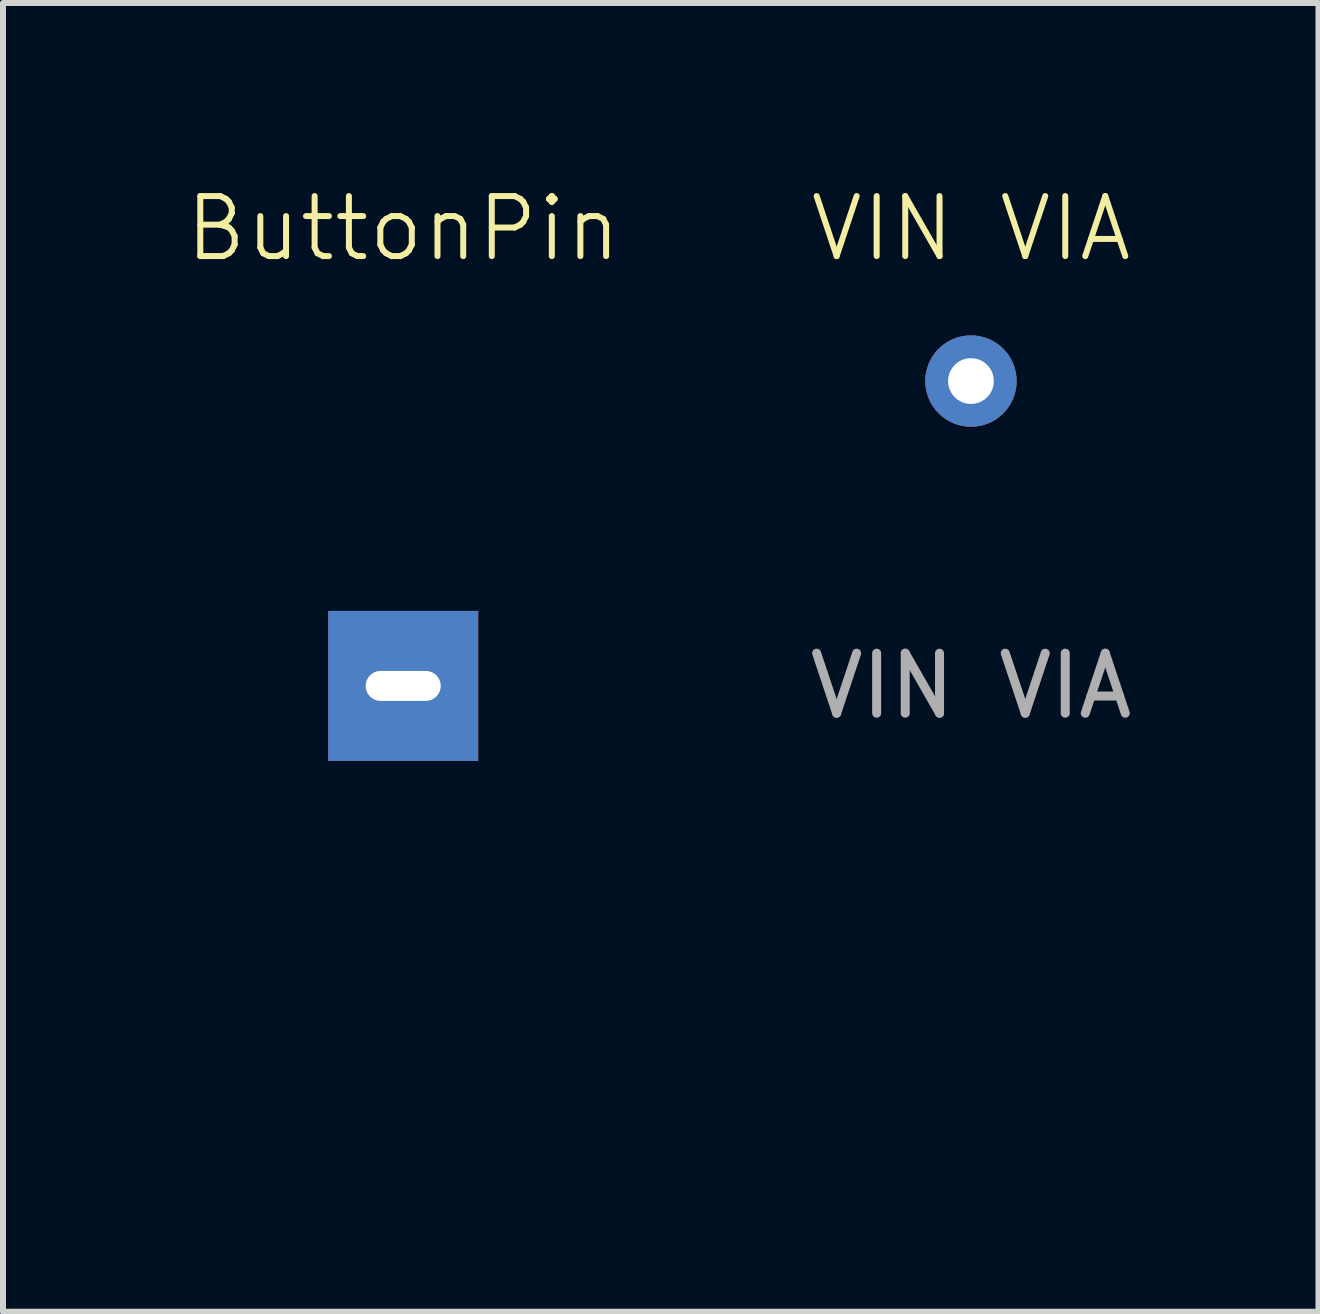
<source format=kicad_pcb>
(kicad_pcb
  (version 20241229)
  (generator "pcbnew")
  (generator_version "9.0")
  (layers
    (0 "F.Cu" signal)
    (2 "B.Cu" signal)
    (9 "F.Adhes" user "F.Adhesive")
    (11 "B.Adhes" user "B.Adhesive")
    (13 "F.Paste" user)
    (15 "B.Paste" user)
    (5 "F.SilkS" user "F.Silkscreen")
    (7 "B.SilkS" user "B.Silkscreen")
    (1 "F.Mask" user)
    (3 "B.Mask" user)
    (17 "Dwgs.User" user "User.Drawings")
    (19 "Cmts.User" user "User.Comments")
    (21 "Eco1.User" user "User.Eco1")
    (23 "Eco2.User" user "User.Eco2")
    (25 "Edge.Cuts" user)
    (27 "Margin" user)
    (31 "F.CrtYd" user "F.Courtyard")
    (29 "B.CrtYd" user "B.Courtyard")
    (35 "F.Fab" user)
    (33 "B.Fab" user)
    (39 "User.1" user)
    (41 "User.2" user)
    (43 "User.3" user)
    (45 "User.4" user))
  (footprint "VIN VIA"
    (layer "F.Cu")
    (at 13.13 3.3)
    (property "Reference" "VIN VIA" (at 0 -2.54 0) (unlocked yes) (layer "F.SilkS") (effects (font (size 1 1) (thickness 0.1))))
    (attr through_hole)
    (fp_text user "${REFERENCE}" (at 0 5.08 0) (unlocked yes) (layer "F.Fab") (effects (font (size 1 1) (thickness 0.15))))
    (pad "1" thru_hole circle (at 0 0) (size 1.524 1.524) (drill 0.762) (layers "*.Cu")))
  (footprint "ButtonPin"
    (layer "F.Cu")
    (at 3.669 8.38)
    (property "Reference" "ButtonPin" (at 0 -7.62 0) (unlocked yes) (layer "F.SilkS") (effects (font (size 1 1) (thickness 0.1))))
    (attr through_hole)
    (fp_text user " " (at 0 6.58 0) (unlocked yes) (layer "F.Fab") (effects (font (size 1 1) (thickness 0.15))))
    (pad "" thru_hole rect (at 0 0 270) (size 2.5 2.5) (drill oval 0.5 1.25) (layers "*.Cu" "*.Mask")))
  (gr_rect
    (start -3 -3)
    (end 18.921 18.809)
    (stroke (width 0.1) (type default))
    (fill no)
    (layer "Edge.Cuts")))
</source>
